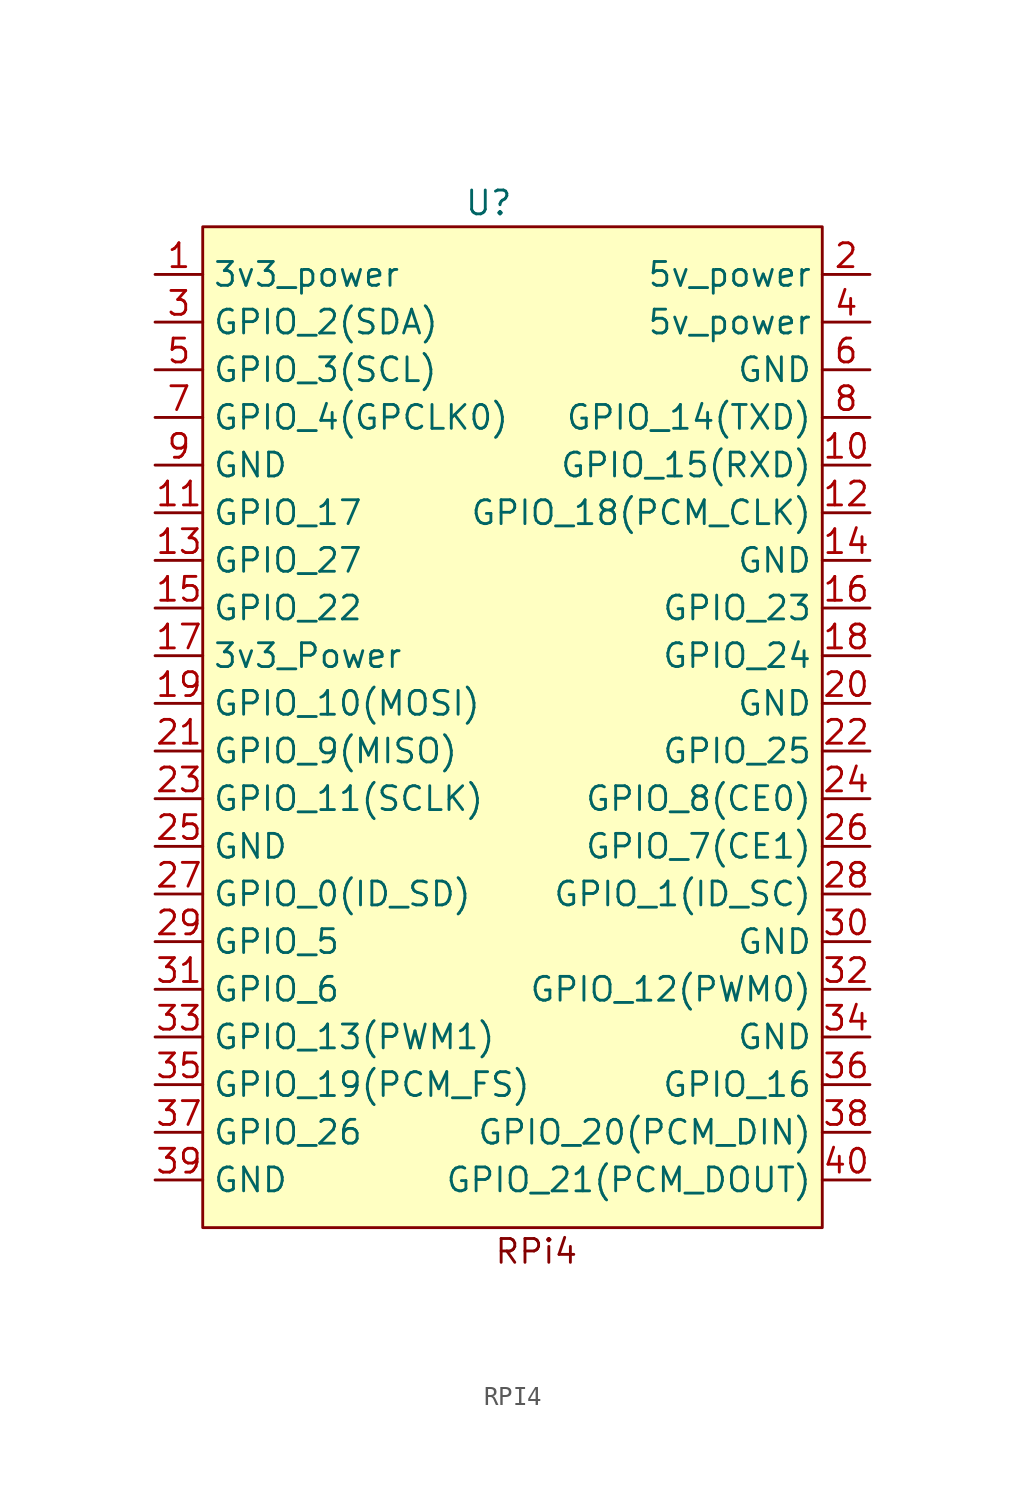
<source format=kicad_sym>
(kicad_symbol_lib
  (version 20220914)
  (generator kicad_symbol_editor)
  (symbol "RPI4"
    (property "Reference" "U"
      (at 15.24 1.27 0)
      (effects (font (size 1.27 1.27))))
    (property "Value" ""
      (at 0 0 0)
      (effects (font (size 1.27 1.27))))
    (symbol "RPI4_1_1"
      (rectangle (start 0 0) (end 33.02 -53.34) (stroke (width 0) (type default)) (fill (type background)))
      (text "RPi4" (at 17.78 -54.61 0) (effects (font (size 1.27 1.27))))
      (pin input line (at -2.54 -2.54 0) (length 2.54) (name "3v3_power" (effects (font (size 1.27 1.27)))) (number "1" (effects (font (size 1.27 1.27)))))
      (pin input line (at 35.56 -12.7 180) (length 2.54) (name "GPIO_15(RXD)" (effects (font (size 1.27 1.27)))) (number "10" (effects (font (size 1.27 1.27)))))
      (pin input line (at -2.54 -15.24 0) (length 2.54) (name "GPIO_17" (effects (font (size 1.27 1.27)))) (number "11" (effects (font (size 1.27 1.27)))))
      (pin input line (at 35.56 -15.24 180) (length 2.54) (name "GPIO_18(PCM_CLK)" (effects (font (size 1.27 1.27)))) (number "12" (effects (font (size 1.27 1.27)))))
      (pin input line (at -2.54 -17.78 0) (length 2.54) (name "GPIO_27" (effects (font (size 1.27 1.27)))) (number "13" (effects (font (size 1.27 1.27)))))
      (pin input line (at 35.56 -17.78 180) (length 2.54) (name "GND" (effects (font (size 1.27 1.27)))) (number "14" (effects (font (size 1.27 1.27)))))
      (pin input line (at -2.54 -20.32 0) (length 2.54) (name "GPIO_22" (effects (font (size 1.27 1.27)))) (number "15" (effects (font (size 1.27 1.27)))))
      (pin input line (at 35.56 -20.32 180) (length 2.54) (name "GPIO_23" (effects (font (size 1.27 1.27)))) (number "16" (effects (font (size 1.27 1.27)))))
      (pin input line (at -2.54 -22.86 0) (length 2.54) (name "3v3_Power" (effects (font (size 1.27 1.27)))) (number "17" (effects (font (size 1.27 1.27)))))
      (pin input line (at 35.56 -22.86 180) (length 2.54) (name "GPIO_24" (effects (font (size 1.27 1.27)))) (number "18" (effects (font (size 1.27 1.27)))))
      (pin input line (at -2.54 -25.4 0) (length 2.54) (name "GPIO_10(MOSI)" (effects (font (size 1.27 1.27)))) (number "19" (effects (font (size 1.27 1.27)))))
      (pin input line (at 35.56 -2.54 180) (length 2.54) (name "5v_power" (effects (font (size 1.27 1.27)))) (number "2" (effects (font (size 1.27 1.27)))))
      (pin input line (at 35.56 -25.4 180) (length 2.54) (name "GND" (effects (font (size 1.27 1.27)))) (number "20" (effects (font (size 1.27 1.27)))))
      (pin input line (at -2.54 -27.94 0) (length 2.54) (name "GPIO_9(MISO)" (effects (font (size 1.27 1.27)))) (number "21" (effects (font (size 1.27 1.27)))))
      (pin input line (at 35.56 -27.94 180) (length 2.54) (name "GPIO_25" (effects (font (size 1.27 1.27)))) (number "22" (effects (font (size 1.27 1.27)))))
      (pin input line (at -2.54 -30.48 0) (length 2.54) (name "GPIO_11(SCLK)" (effects (font (size 1.27 1.27)))) (number "23" (effects (font (size 1.27 1.27)))))
      (pin input line (at 35.56 -30.48 180) (length 2.54) (name "GPIO_8(CE0)" (effects (font (size 1.27 1.27)))) (number "24" (effects (font (size 1.27 1.27)))))
      (pin input line (at -2.54 -33.02 0) (length 2.54) (name "GND" (effects (font (size 1.27 1.27)))) (number "25" (effects (font (size 1.27 1.27)))))
      (pin input line (at 35.56 -33.02 180) (length 2.54) (name "GPIO_7(CE1)" (effects (font (size 1.27 1.27)))) (number "26" (effects (font (size 1.27 1.27)))))
      (pin input line (at -2.54 -35.56 0) (length 2.54) (name "GPIO_0(ID_SD)" (effects (font (size 1.27 1.27)))) (number "27" (effects (font (size 1.27 1.27)))))
      (pin input line (at 35.56 -35.56 180) (length 2.54) (name "GPIO_1(ID_SC)" (effects (font (size 1.27 1.27)))) (number "28" (effects (font (size 1.27 1.27)))))
      (pin input line (at -2.54 -38.1 0) (length 2.54) (name "GPIO_5" (effects (font (size 1.27 1.27)))) (number "29" (effects (font (size 1.27 1.27)))))
      (pin input line (at -2.54 -5.08 0) (length 2.54) (name "GPIO_2(SDA)" (effects (font (size 1.27 1.27)))) (number "3" (effects (font (size 1.27 1.27)))))
      (pin input line (at 35.56 -38.1 180) (length 2.54) (name "GND" (effects (font (size 1.27 1.27)))) (number "30" (effects (font (size 1.27 1.27)))))
      (pin input line (at -2.54 -40.64 0) (length 2.54) (name "GPIO_6" (effects (font (size 1.27 1.27)))) (number "31" (effects (font (size 1.27 1.27)))))
      (pin input line (at 35.56 -40.64 180) (length 2.54) (name "GPIO_12(PWM0)" (effects (font (size 1.27 1.27)))) (number "32" (effects (font (size 1.27 1.27)))))
      (pin input line (at -2.54 -43.18 0) (length 2.54) (name "GPIO_13(PWM1)" (effects (font (size 1.27 1.27)))) (number "33" (effects (font (size 1.27 1.27)))))
      (pin input line (at 35.56 -43.18 180) (length 2.54) (name "GND" (effects (font (size 1.27 1.27)))) (number "34" (effects (font (size 1.27 1.27)))))
      (pin input line (at -2.54 -45.72 0) (length 2.54) (name "GPIO_19(PCM_FS)" (effects (font (size 1.27 1.27)))) (number "35" (effects (font (size 1.27 1.27)))))
      (pin input line (at 35.56 -45.72 180) (length 2.54) (name "GPIO_16" (effects (font (size 1.27 1.27)))) (number "36" (effects (font (size 1.27 1.27)))))
      (pin input line (at -2.54 -48.26 0) (length 2.54) (name "GPIO_26" (effects (font (size 1.27 1.27)))) (number "37" (effects (font (size 1.27 1.27)))))
      (pin input line (at 35.56 -48.26 180) (length 2.54) (name "GPIO_20(PCM_DIN)" (effects (font (size 1.27 1.27)))) (number "38" (effects (font (size 1.27 1.27)))))
      (pin input line (at -2.54 -50.8 0) (length 2.54) (name "GND" (effects (font (size 1.27 1.27)))) (number "39" (effects (font (size 1.27 1.27)))))
      (pin input line (at 35.56 -5.08 180) (length 2.54) (name "5v_power" (effects (font (size 1.27 1.27)))) (number "4" (effects (font (size 1.27 1.27)))))
      (pin input line (at 35.56 -50.8 180) (length 2.54) (name "GPIO_21(PCM_DOUT)" (effects (font (size 1.27 1.27)))) (number "40" (effects (font (size 1.27 1.27)))))
      (pin input line (at -2.54 -7.62 0) (length 2.54) (name "GPIO_3(SCL)" (effects (font (size 1.27 1.27)))) (number "5" (effects (font (size 1.27 1.27)))))
      (pin input line (at 35.56 -7.62 180) (length 2.54) (name "GND" (effects (font (size 1.27 1.27)))) (number "6" (effects (font (size 1.27 1.27)))))
      (pin input line (at -2.54 -10.16 0) (length 2.54) (name "GPIO_4(GPCLK0)" (effects (font (size 1.27 1.27)))) (number "7" (effects (font (size 1.27 1.27)))))
      (pin input line (at 35.56 -10.16 180) (length 2.54) (name "GPIO_14(TXD)" (effects (font (size 1.27 1.27)))) (number "8" (effects (font (size 1.27 1.27)))))
      (pin input line (at -2.54 -12.7 0) (length 2.54) (name "GND" (effects (font (size 1.27 1.27)))) (number "9" (effects (font (size 1.27 1.27))))))))
</source>
